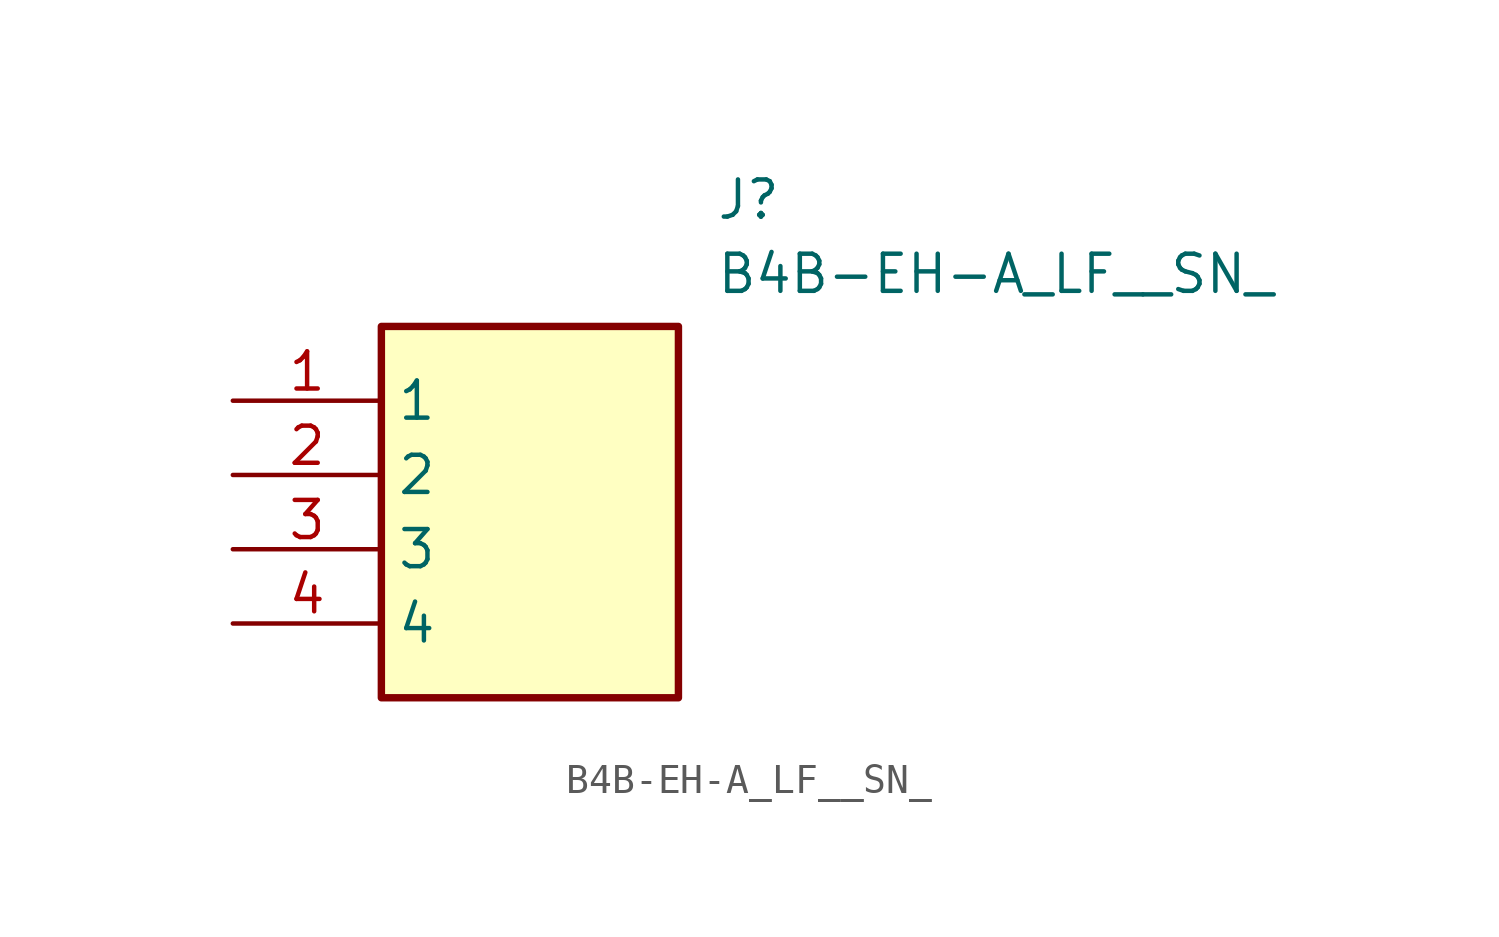
<source format=kicad_sym>
(kicad_symbol_lib
  (version 20211014)
  (generator SamacSys_ECAD_Model)
  (symbol "B4B-EH-A_LF__SN_"
    (property "Reference" "J"
      (at 16.51 7.62 0)
      (effects (font (size 1.27 1.27)) (justify left top)))
    (property "Value" "B4B-EH-A_LF__SN_"
      (at 16.51 5.08 0)
      (effects (font (size 1.27 1.27)) (justify left top)))
    (rectangle
      (start 5.08 2.54)
      (end 15.24 -10.16)
      (stroke (width 0.254) (type default))
      (fill (type background)))
    (pin passive line
      (at 0 0 0)
      (length 5.08)
      (name "1" (effects (font (size 1.27 1.27))))
      (number "1" (effects (font (size 1.27 1.27)))))
    (pin passive line
      (at 0 -2.54 0)
      (length 5.08)
      (name "2" (effects (font (size 1.27 1.27))))
      (number "2" (effects (font (size 1.27 1.27)))))
    (pin passive line
      (at 0 -5.08 0)
      (length 5.08)
      (name "3" (effects (font (size 1.27 1.27))))
      (number "3" (effects (font (size 1.27 1.27)))))
    (pin passive line
      (at 0 -7.62 0)
      (length 5.08)
      (name "4" (effects (font (size 1.27 1.27))))
      (number "4" (effects (font (size 1.27 1.27)))))))
</source>
